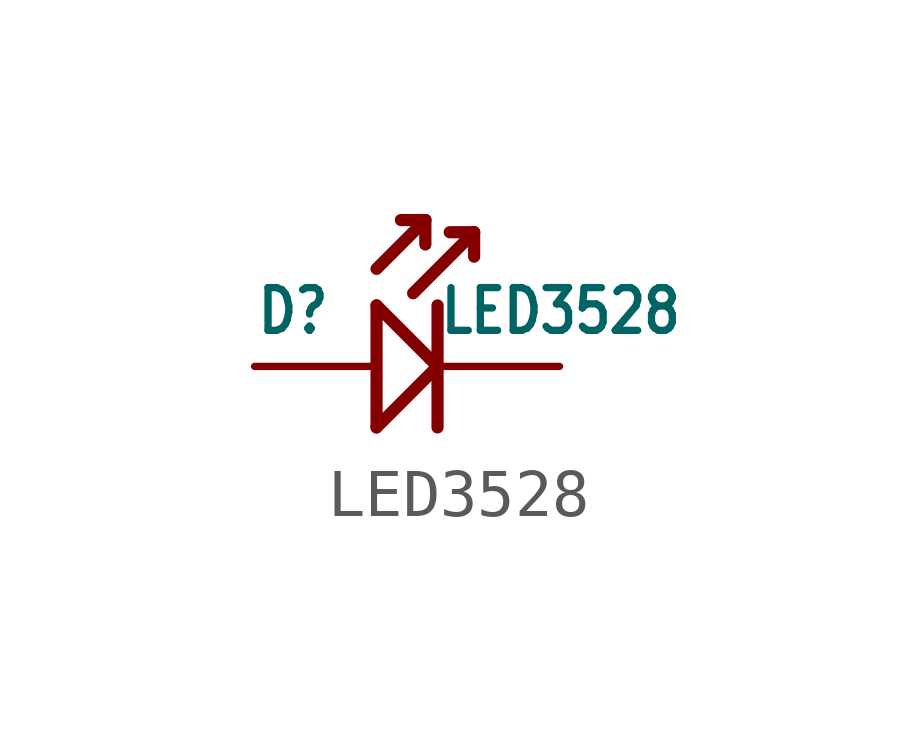
<source format=kicad_sym>
(kicad_symbol_lib
  (version 20211014)
  (generator kicad_symbol_editor)
  (symbol "LED3528"
    (property "Reference" "D"
      (at -2.54 0.635 0)
      (effects (font (size 0.889 0.756)) (justify left bottom)))
    (property "Value" "LED3528"
      (at 1.27 0.635 0)
      (effects (font (size 0.889 0.756)) (justify left bottom)))
    (property "ki_locked" ""
      (at 0 0 0)
      (effects (font (size 1.27 1.27))))
    (symbol "LED3528_1_0"
      (polyline (pts (xy 0 -1.27) (xy 0 1.27)) (stroke (width 0.254) (type default) (color 0 0 0 0)) (fill (type none)))
      (polyline (pts (xy 0 1.27) (xy 1.27 0)) (stroke (width 0.254) (type default) (color 0 0 0 0)) (fill (type none)))
      (polyline (pts (xy 0 2.032) (xy 1.016 3.048)) (stroke (width 0.254) (type default) (color 0 0 0 0)) (fill (type none)))
      (polyline (pts (xy 0.762 1.524) (xy 2.032 2.794)) (stroke (width 0.254) (type default) (color 0 0 0 0)) (fill (type none)))
      (polyline (pts (xy 1.016 3.048) (xy 0.508 3.048)) (stroke (width 0.254) (type default) (color 0 0 0 0)) (fill (type none)))
      (polyline (pts (xy 1.016 3.048) (xy 1.016 2.54)) (stroke (width 0.254) (type default) (color 0 0 0 0)) (fill (type none)))
      (polyline (pts (xy 1.27 0) (xy 0 -1.27)) (stroke (width 0.254) (type default) (color 0 0 0 0)) (fill (type none)))
      (polyline (pts (xy 1.27 0) (xy 1.27 -1.27)) (stroke (width 0.254) (type default) (color 0 0 0 0)) (fill (type none)))
      (polyline (pts (xy 1.27 1.27) (xy 1.27 0)) (stroke (width 0.254) (type default) (color 0 0 0 0)) (fill (type none)))
      (polyline (pts (xy 2.032 2.794) (xy 1.524 2.794)) (stroke (width 0.254) (type default) (color 0 0 0 0)) (fill (type none)))
      (polyline (pts (xy 2.032 2.794) (xy 2.032 2.286)) (stroke (width 0.254) (type default) (color 0 0 0 0)) (fill (type none)))
      (pin passive line (at -2.54 0 0) (length 2.54) (name "+" (effects (font (size 0 0)))) (number "1" (effects (font (size 0 0)))))
      (pin passive line (at 3.81 0 180) (length 2.54) (name "-" (effects (font (size 0 0)))) (number "2" (effects (font (size 0 0))))))))
</source>
